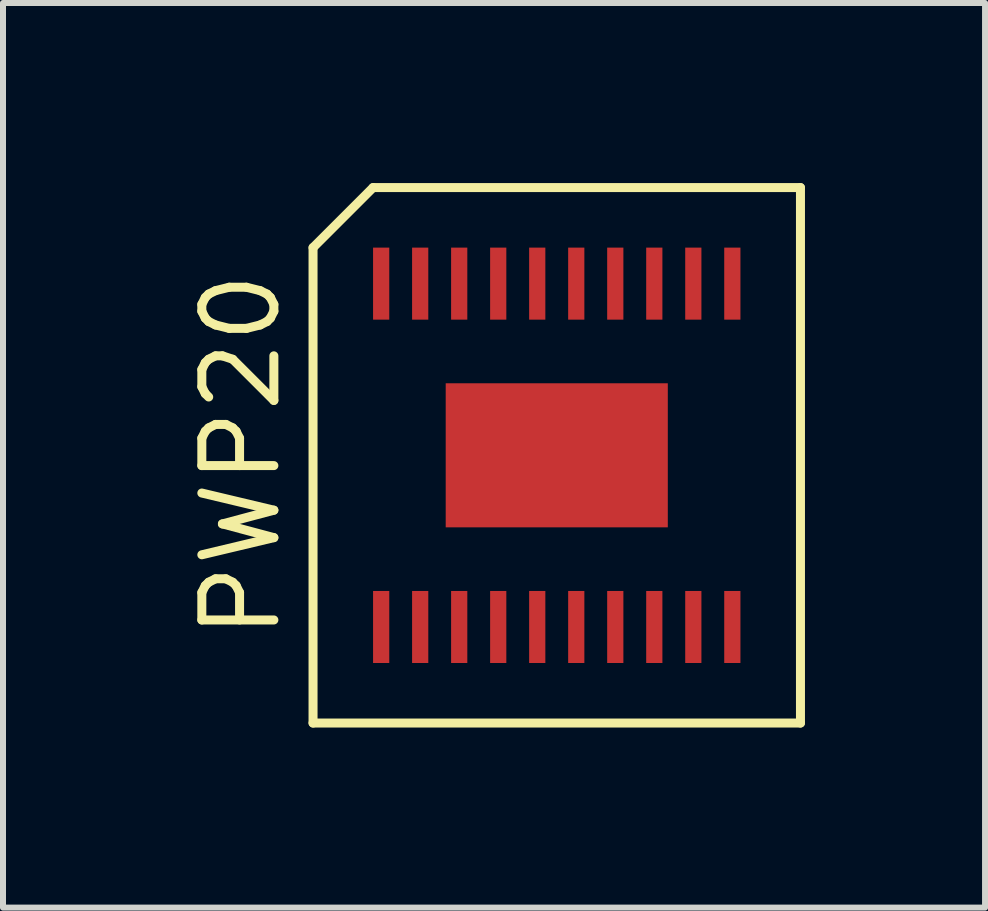
<source format=kicad_pcb>
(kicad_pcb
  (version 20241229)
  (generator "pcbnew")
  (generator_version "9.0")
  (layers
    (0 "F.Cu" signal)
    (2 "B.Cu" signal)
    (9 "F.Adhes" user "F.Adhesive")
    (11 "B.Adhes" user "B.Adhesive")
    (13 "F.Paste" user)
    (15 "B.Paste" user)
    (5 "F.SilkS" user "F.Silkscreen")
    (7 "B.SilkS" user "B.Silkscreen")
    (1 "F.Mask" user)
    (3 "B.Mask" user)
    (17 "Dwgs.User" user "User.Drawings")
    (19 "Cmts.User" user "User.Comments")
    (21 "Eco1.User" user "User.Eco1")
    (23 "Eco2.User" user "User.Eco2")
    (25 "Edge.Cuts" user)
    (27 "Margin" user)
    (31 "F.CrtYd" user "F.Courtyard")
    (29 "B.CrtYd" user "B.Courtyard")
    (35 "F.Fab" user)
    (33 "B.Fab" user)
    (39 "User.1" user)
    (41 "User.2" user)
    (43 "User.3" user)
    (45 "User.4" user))
  (footprint "PWP20"
    (layer "F.Cu")
    (at 6.225 4.535)
    (property "Reference" "PWP20" (at -5.26 0 90) (layer "F.SilkS") (effects (font (size 1.2 1.2) (thickness 0.15))))
    (attr through_hole)
    (fp_line (start -4.06 -3.46) (end -4.06 4.46) (stroke (width 0.15) (type solid)) (layer "F.SilkS"))
    (fp_line (start -4.06 4.46) (end 4.06 4.46) (stroke (width 0.15) (type solid)) (layer "F.SilkS"))
    (fp_line (start -3.06 -4.46) (end -4.06 -3.46) (stroke (width 0.15) (type solid)) (layer "F.SilkS"))
    (fp_line (start 4.06 -4.46) (end -3.06 -4.46) (stroke (width 0.15) (type solid)) (layer "F.SilkS"))
    (fp_line (start 4.06 4.46) (end 4.06 -4.46) (stroke (width 0.15) (type solid)) (layer "F.SilkS"))
    (pad "1" smd rect (at -2.925 2.86) (size 0.27 1.2) (layers "F.Cu" "F.Mask" "F.Paste"))
    (pad "2" smd rect (at -2.275 2.86) (size 0.27 1.2) (layers "F.Cu" "F.Mask" "F.Paste"))
    (pad "3" smd rect (at -1.625 2.86) (size 0.27 1.2) (layers "F.Cu" "F.Mask" "F.Paste"))
    (pad "4" smd rect (at -0.975 2.86) (size 0.27 1.2) (layers "F.Cu" "F.Mask" "F.Paste"))
    (pad "5" smd rect (at -0.325 2.86) (size 0.27 1.2) (layers "F.Cu" "F.Mask" "F.Paste"))
    (pad "6" smd rect (at 0.325 2.86) (size 0.27 1.2) (layers "F.Cu" "F.Mask" "F.Paste"))
    (pad "7" smd rect (at 0.975 2.86) (size 0.27 1.2) (layers "F.Cu" "F.Mask" "F.Paste"))
    (pad "8" smd rect (at 1.625 2.86) (size 0.27 1.2) (layers "F.Cu" "F.Mask" "F.Paste"))
    (pad "9" smd rect (at 2.275 2.86) (size 0.27 1.2) (layers "F.Cu" "F.Mask" "F.Paste"))
    (pad "10" smd rect (at 2.925 2.86) (size 0.27 1.2) (layers "F.Cu" "F.Mask" "F.Paste"))
    (pad "11" smd rect (at 2.925 -2.86) (size 0.27 1.2) (layers "F.Cu" "F.Mask" "F.Paste"))
    (pad "12" smd rect (at 2.275 -2.86) (size 0.27 1.2) (layers "F.Cu" "F.Mask" "F.Paste"))
    (pad "13" smd rect (at 1.625 -2.86) (size 0.27 1.2) (layers "F.Cu" "F.Mask" "F.Paste"))
    (pad "14" smd rect (at 0.975 -2.86) (size 0.27 1.2) (layers "F.Cu" "F.Mask" "F.Paste"))
    (pad "15" smd rect (at 0.325 -2.86) (size 0.27 1.2) (layers "F.Cu" "F.Mask" "F.Paste"))
    (pad "16" smd rect (at -0.325 -2.86) (size 0.27 1.2) (layers "F.Cu" "F.Mask" "F.Paste"))
    (pad "17" smd rect (at -0.975 -2.86) (size 0.27 1.2) (layers "F.Cu" "F.Mask" "F.Paste"))
    (pad "18" smd rect (at -1.625 -2.86) (size 0.27 1.2) (layers "F.Cu" "F.Mask" "F.Paste"))
    (pad "19" smd rect (at -2.275 -2.86) (size 0.27 1.2) (layers "F.Cu" "F.Mask" "F.Paste"))
    (pad "20" smd rect (at -2.925 -2.86) (size 0.27 1.2) (layers "F.Cu" "F.Mask" "F.Paste"))
    (pad "21" smd rect (at 0 0) (size 3.7 2.4) (layers "F.Cu" "F.Mask" "F.Paste")))
  (gr_rect
    (start -3 -3)
    (end 13.36 12.07)
    (stroke (width 0.1) (type default))
    (fill no)
    (layer "Edge.Cuts")))
</source>
